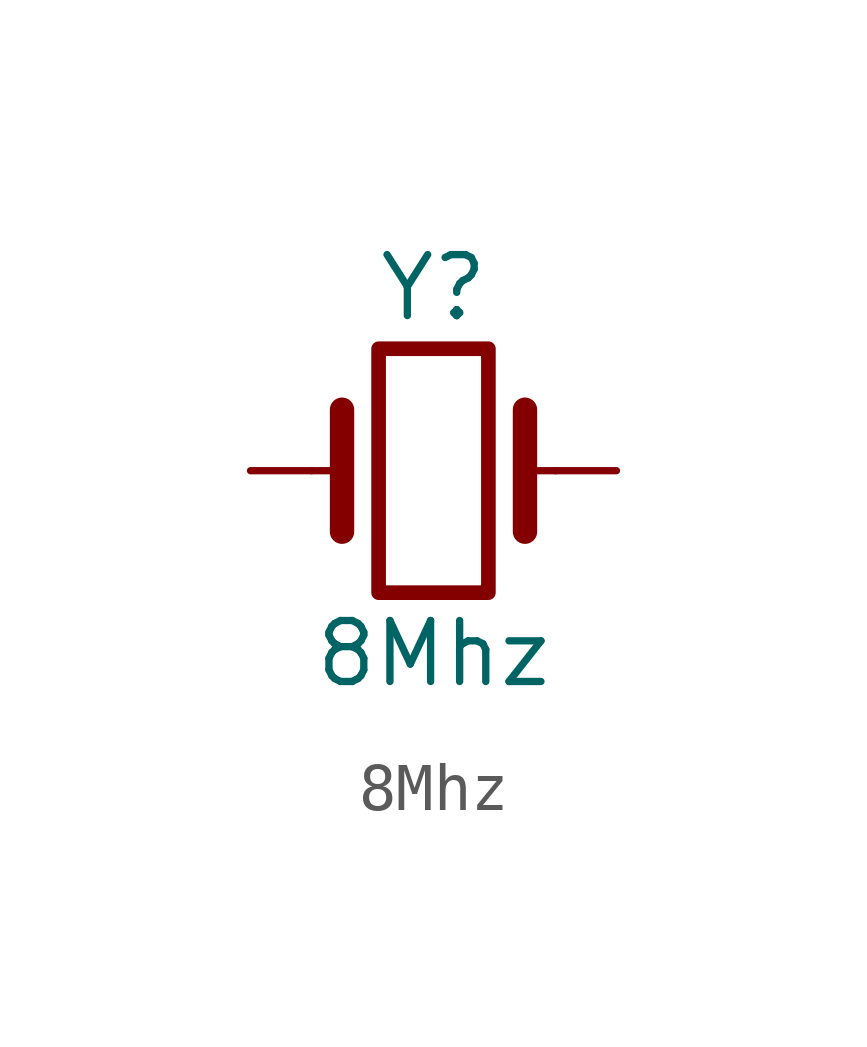
<source format=kicad_sym>
(kicad_symbol_lib
  (version 20220914)
  (generator kicad_db_lib)
  (symbol "8Mhz"
    (pin_numbers hide)
    (pin_names
      (offset 1.016) hide)
    (property "Reference" "Y"
      (at 0 3.81 0)
      (effects (font (size 1.27 1.27))))
    (property "Value" "8Mhz"
      (at 0 -3.81 0)
      (effects (font (size 1.27 1.27))))
    (symbol "8Mhz_0_1"
      (rectangle (start -1.143 2.54) (end 1.143 -2.54) (stroke (width 0.305) (type default)) (fill (type none)))
      (polyline (pts (xy -2.54 0) (xy -1.905 0)) (stroke (width 0) (type default)) (fill (type none)))
      (polyline (pts (xy -1.905 -1.27) (xy -1.905 1.27)) (stroke (width 0.508) (type default)) (fill (type none)))
      (polyline (pts (xy 1.905 -1.27) (xy 1.905 1.27)) (stroke (width 0.508) (type default)) (fill (type none)))
      (polyline (pts (xy 2.54 0) (xy 1.905 0)) (stroke (width 0) (type default)) (fill (type none))))
    (symbol "8Mhz_1_1"
      (pin passive line (at -3.81 0 0) (length 1.27) (name "1" (effects (font (size 1.27 1.27)))) (number "1" (effects (font (size 1.27 1.27)))))
      (pin passive line (at 3.81 0 180) (length 1.27) (name "2" (effects (font (size 1.27 1.27)))) (number "2" (effects (font (size 1.27 1.27))))))))
</source>
